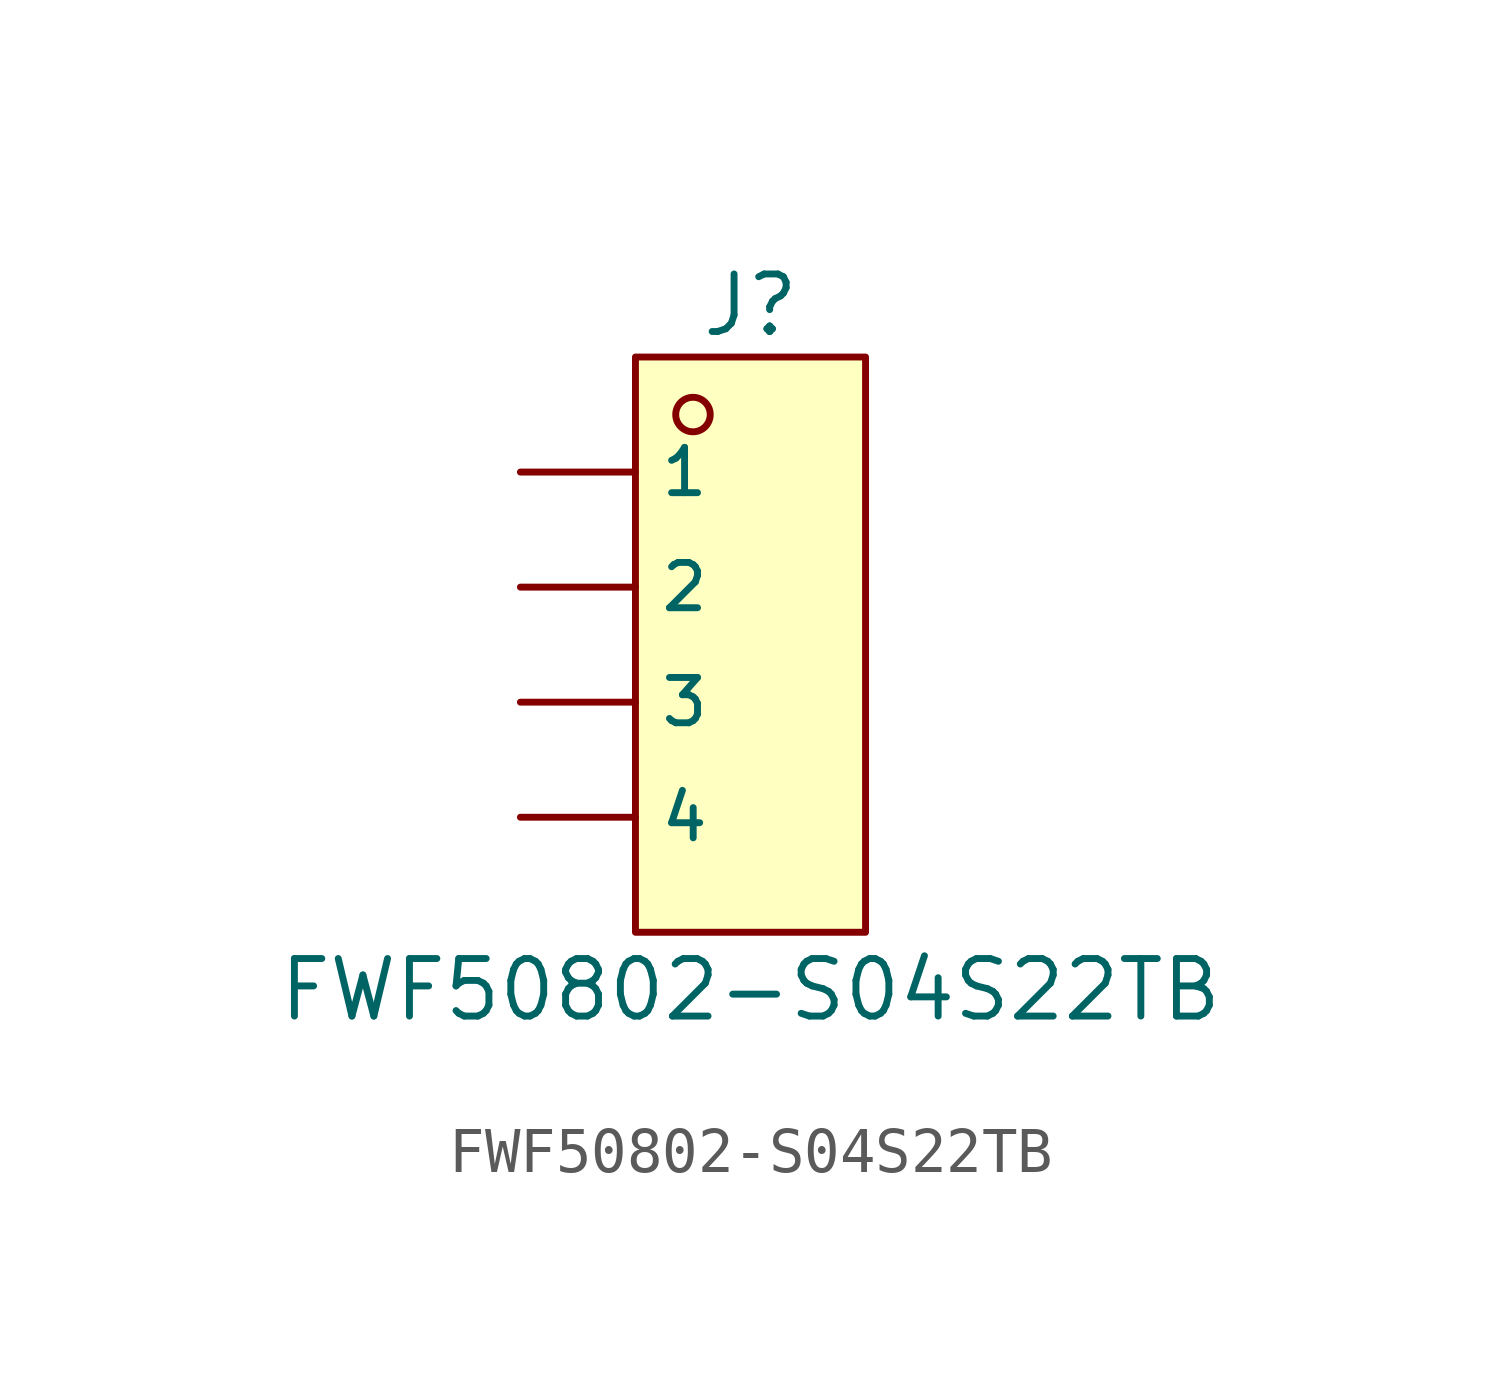
<source format=kicad_sym>
(kicad_symbol_lib
  (version 20220914)
  (generator kicad_symbol_editor)
  (symbol "FWF50802-S04S22TB"
    (pin_numbers hide)
    (property "Reference" "J"
      (at 0 7.493 0)
      (effects (font (size 1.27 1.27))))
    (property "Value" "FWF50802-S04S22TB"
      (at 0 -7.62 0)
      (effects (font (size 1.27 1.27))))
    (symbol "FWF50802-S04S22TB_0_1"
      (rectangle (start -2.54 6.35) (end 2.54 -6.35) (stroke (width 0) (type default)) (fill (type background)))
      (circle (center -1.27 5.08) (radius 0.381) (stroke (width 0) (type default)) (fill (type background)))
      (pin unspecified line (at -5.08 3.81 0) (length 2.54) (name "1" (effects (font (size 1 1)))) (number "1" (effects (font (size 1 1)))))
      (pin unspecified line (at -5.08 1.27 0) (length 2.54) (name "2" (effects (font (size 1 1)))) (number "2" (effects (font (size 1 1)))))
      (pin unspecified line (at -5.08 -1.27 0) (length 2.54) (name "3" (effects (font (size 1 1)))) (number "3" (effects (font (size 1 1)))))
      (pin unspecified line (at -5.08 -3.81 0) (length 2.54) (name "4" (effects (font (size 1 1)))) (number "4" (effects (font (size 1 1))))))))
</source>
